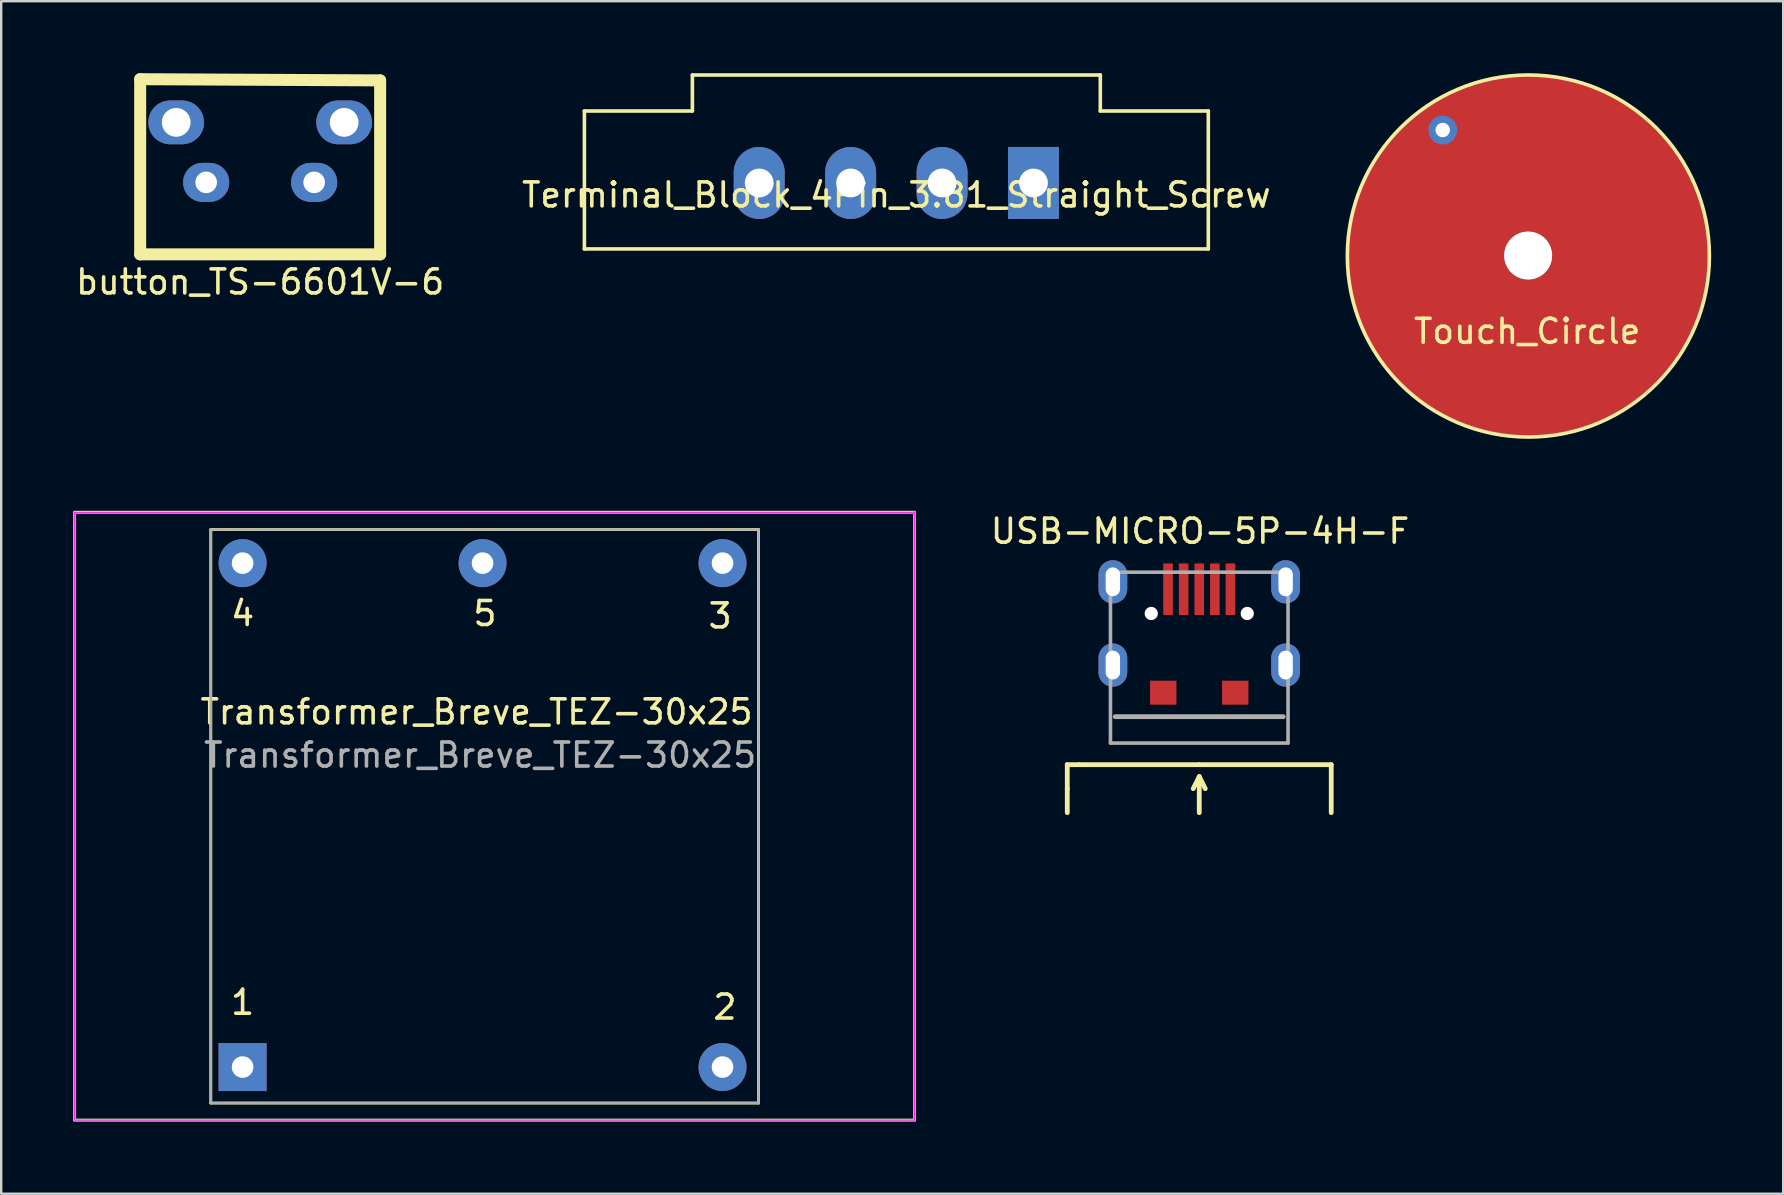
<source format=kicad_pcb>
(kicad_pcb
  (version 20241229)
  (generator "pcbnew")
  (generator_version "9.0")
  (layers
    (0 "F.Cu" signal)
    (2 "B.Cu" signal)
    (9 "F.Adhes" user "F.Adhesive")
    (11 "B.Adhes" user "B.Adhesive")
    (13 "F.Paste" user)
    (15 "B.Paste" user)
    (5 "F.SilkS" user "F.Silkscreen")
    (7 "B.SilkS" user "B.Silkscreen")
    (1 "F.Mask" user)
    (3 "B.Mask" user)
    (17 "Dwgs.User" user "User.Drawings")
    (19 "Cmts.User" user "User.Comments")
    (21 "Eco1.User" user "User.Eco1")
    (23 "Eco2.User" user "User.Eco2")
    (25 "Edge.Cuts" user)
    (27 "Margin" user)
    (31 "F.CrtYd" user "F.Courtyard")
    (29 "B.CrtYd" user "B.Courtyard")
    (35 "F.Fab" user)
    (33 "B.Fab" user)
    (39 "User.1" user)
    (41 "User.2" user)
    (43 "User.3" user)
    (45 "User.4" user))
  (footprint "Touch_Circle"
    (layer "F.Cu")
    (at 60.633 7.599)
    (property "Reference" "Touch_Circle" (at -0.04 3.16 0) (layer "F.SilkS") (effects (font (size 1 1) (thickness 0.15))))
    (attr through_hole)
    (fp_circle (center 0.01 0.02) (end -5.1 -5.53) (stroke (width 0.15) (type solid)) (fill no) (layer "F.SilkS"))
    (pad "0" thru_hole circle (at 0 0) (size 2 2) (drill 2) (layers "F.Cu"))
    (pad "0" smd circle (at 0 0) (size 15 15) (layers "F.Cu" "F.Mask" "F.Paste"))
    (pad "1" thru_hole circle (at -3.56 -5.23) (size 1.2 1.2) (drill 0.6) (layers "*.Cu" "*.Mask")))
  (footprint "Transformer_Breve_TEZ-30x25"
    (layer "F.Cu")
    (at 7.06 41.418)
    (property "Reference" "Transformer_Breve_TEZ-30x25" (at 9.75 -14.8 0) (layer "F.SilkS") (effects (font (size 1 1) (thickness 0.15))))
    (attr through_hole)
    (fp_line (start -7 -23.12) (end -7 2.2) (stroke (width 0.12) (type solid)) (layer "F.SilkS"))
    (fp_line (start -7 -23.12) (end 28 -23.12) (stroke (width 0.12) (type solid)) (layer "F.SilkS"))
    (fp_line (start -1.325 -22.4) (end 21.499 -22.4) (stroke (width 0.12) (type solid)) (layer "F.SilkS"))
    (fp_line (start -1.325 1.5) (end -1.325 -22.4) (stroke (width 0.12) (type solid)) (layer "F.SilkS"))
    (fp_line (start 21.499 -22.4) (end 21.499 1.5) (stroke (width 0.12) (type solid)) (layer "F.SilkS"))
    (fp_line (start 21.499 1.5) (end -1.325 1.5) (stroke (width 0.12) (type solid)) (layer "F.SilkS"))
    (fp_line (start 28 2.2) (end 28 -23.12) (stroke (width 0.12) (type solid)) (layer "F.SilkS"))
    (fp_line (start 28 2.22) (end -7 2.22) (stroke (width 0.12) (type solid)) (layer "F.SilkS"))
    (fp_line (start -7 -23.12) (end -7 2.2) (stroke (width 0.05) (type solid)) (layer "F.CrtYd"))
    (fp_line (start -7 -23.1) (end 28 -23.1) (stroke (width 0.05) (type solid)) (layer "F.CrtYd"))
    (fp_line (start 28 2.2) (end 28 -23.12) (stroke (width 0.05) (type solid)) (layer "F.CrtYd"))
    (fp_line (start 28 2.25) (end -7 2.25) (stroke (width 0.05) (type solid)) (layer "F.CrtYd"))
    (fp_line (start -7 -23.1) (end 28 -23.1) (stroke (width 0.1) (type solid)) (layer "F.Fab"))
    (fp_line (start -7 2.2) (end -7 -23.12) (stroke (width 0.1) (type solid)) (layer "F.Fab"))
    (fp_line (start -1.325 -22.4) (end 21.499 -22.4) (stroke (width 0.1) (type solid)) (layer "F.Fab"))
    (fp_line (start -1.325 1.5) (end -1.325 -22.4) (stroke (width 0.1) (type solid)) (layer "F.Fab"))
    (fp_line (start 21.499 -22.4) (end 21.499 1.5) (stroke (width 0.1) (type solid)) (layer "F.Fab"))
    (fp_line (start 21.499 1.5) (end -1.325 1.5) (stroke (width 0.1) (type solid)) (layer "F.Fab"))
    (fp_line (start 28 -23.12) (end 28 2.2) (stroke (width 0.1) (type solid)) (layer "F.Fab"))
    (fp_line (start 28 2.2) (end -7 2.2) (stroke (width 0.1) (type solid)) (layer "F.Fab"))
    (fp_text user "4" (at 0 -18.9 0) (layer "F.SilkS") (effects (font (size 1 1) (thickness 0.15))))
    (fp_text user "3" (at 19.9 -18.8 0) (layer "F.SilkS") (effects (font (size 1 1) (thickness 0.15))))
    (fp_text user "1" (at 0 -2.7 0) (layer "F.SilkS") (effects (font (size 1 1) (thickness 0.15))))
    (fp_text user "5" (at 10.1 -18.9 0) (layer "F.SilkS") (effects (font (size 1 1) (thickness 0.15))))
    (fp_text user "2" (at 20.1 -2.5 0) (layer "F.SilkS") (effects (font (size 1 1) (thickness 0.15))))
    (fp_text user "${REFERENCE}" (at 9.9 -13 0) (layer "F.Fab") (effects (font (size 1 1) (thickness 0.15))))
    (pad "1" thru_hole rect (at 0 0) (size 2 2) (drill 0.9) (layers "*.Cu" "*.Mask"))
    (pad "2" thru_hole circle (at 20 0) (size 2 2) (drill 0.9) (layers "*.Cu" "*.Mask"))
    (pad "3" thru_hole circle (at 20 -21) (size 2 2) (drill 0.9) (layers "*.Cu" "*.Mask"))
    (pad "4" thru_hole circle (at 0 -21) (size 2 2) (drill 0.9) (layers "*.Cu" "*.Mask"))
    (pad "5" thru_hole circle (at 10 -21) (size 2 2) (drill 0.9) (layers "*.Cu" "*.Mask")))
  (footprint "button_TS-6601V-6"
    (layer "F.Cu")
    (at 7.792 4.55)
    (property "Reference" "button_TS-6601V-6" (at 0 4.15 0) (layer "F.SilkS") (effects (font (size 1 1) (thickness 0.15))))
    (attr through_hole)
    (fp_line (start -5 -4.3) (end -5 3) (stroke (width 0.5) (type solid)) (layer "F.SilkS"))
    (fp_line (start -5 3) (end 5 3) (stroke (width 0.5) (type solid)) (layer "F.SilkS"))
    (fp_line (start 5 -4.25) (end -5 -4.3) (stroke (width 0.5) (type solid)) (layer "F.SilkS"))
    (fp_line (start 5 3) (end 5 -4.25) (stroke (width 0.5) (type solid)) (layer "F.SilkS"))
    (pad "0" thru_hole oval (at -3.5 -2.5) (size 2.324 1.824) (drill 1.2) (layers "*.Cu" "*.Mask"))
    (pad "0" thru_hole oval (at 3.5 -2.5) (size 2.324 1.824) (drill 1.2) (layers "*.Cu" "*.Mask"))
    (pad "1" thru_hole oval (at -2.25 0) (size 1.924 1.624) (drill 0.9) (layers "*.Cu" "*.Mask"))
    (pad "2" thru_hole oval (at 2.25 0) (size 1.924 1.624) (drill 0.9) (layers "*.Cu" "*.Mask")))
  (footprint "USB-MICRO-5P-4H-F"
    (layer "F.Cu")
    (at 46.927 26.816)
    (property "Reference" "USB-MICRO-5P-4H-F" (at 0.032 -7.729 0) (layer "F.SilkS") (effects (font (size 1 1) (thickness 0.15))))
    (attr smd)
    (fp_line (start -5.5 2) (end -5.5 3) (stroke (width 0.2) (type solid)) (layer "F.SilkS"))
    (fp_line (start -5.5 3) (end -5.5 4) (stroke (width 0.2) (type solid)) (layer "F.SilkS"))
    (fp_line (start -5 2) (end -5.5 2) (stroke (width 0.2) (type solid)) (layer "F.SilkS"))
    (fp_line (start 0 2) (end -5 2) (stroke (width 0.2) (type solid)) (layer "F.SilkS"))
    (fp_line (start 0 2) (end 5.5 2) (stroke (width 0.2) (type solid)) (layer "F.SilkS"))
    (fp_line (start 0 2.5) (end -0.25 3) (stroke (width 0.2) (type solid)) (layer "F.SilkS"))
    (fp_line (start 0 2.5) (end 0 4) (stroke (width 0.2) (type solid)) (layer "F.SilkS"))
    (fp_line (start 0 2.5) (end 0.25 3) (stroke (width 0.2) (type solid)) (layer "F.SilkS"))
    (fp_line (start 5.5 2) (end 5.5 4) (stroke (width 0.2) (type solid)) (layer "F.SilkS"))
    (fp_line (start -3.7 -6.02) (end 3.7 -6.02) (stroke (width 0.15) (type solid)) (layer "F.Fab"))
    (fp_line (start -3.7 1.1) (end -3.7 -6.02) (stroke (width 0.15) (type solid)) (layer "F.Fab"))
    (fp_line (start 3.5 0) (end -3.5 0) (stroke (width 0.2) (type solid)) (layer "F.Fab"))
    (fp_line (start 3.7 -6.02) (end 3.7 1.1) (stroke (width 0.15) (type solid)) (layer "F.Fab"))
    (fp_line (start 3.7 1.1) (end -3.7 1.1) (stroke (width 0.15) (type solid)) (layer "F.Fab"))
    (pad "" np_thru_hole circle (at -2 -4.3) (size 0.55 0.55) (drill 0.55) (layers "*.Cu" "*.Mask"))
    (pad "" np_thru_hole circle (at 2 -4.3) (size 0.55 0.55) (drill 0.55) (layers "*.Cu" "*.Mask"))
    (pad "0" smd rect (at -1.5 -1) (size 1.1 1) (layers "F.Cu" "F.Mask" "F.Paste"))
    (pad "0" smd rect (at 1.5 -1) (size 1.1 1) (layers "F.Cu" "F.Mask" "F.Paste"))
    (pad "1" smd rect (at -1.3 -5.31) (size 0.4 2.15) (layers "F.Cu" "F.Mask" "F.Paste"))
    (pad "2" smd rect (at -0.65 -5.31) (size 0.4 2.15) (layers "F.Cu" "F.Mask" "F.Paste"))
    (pad "3" smd rect (at 0 -5.31) (size 0.4 2.15) (layers "F.Cu" "F.Mask" "F.Paste"))
    (pad "4" smd rect (at 0.65 -5.31) (size 0.4 2.15) (layers "F.Cu" "F.Mask" "F.Paste"))
    (pad "5" smd rect (at 1.3 -5.31) (size 0.4 2.15) (layers "F.Cu" "F.Mask" "F.Paste"))
    (pad "6" thru_hole oval (at -3.6 -5.62) (size 1.2 1.8) (drill oval 0.6 1.2) (layers "*.Cu" "*.Mask"))
    (pad "6" thru_hole oval (at -3.6 -2.15) (size 1.2 1.8) (drill oval 0.6 1.2) (layers "*.Cu" "*.Mask"))
    (pad "6" thru_hole oval (at 3.6 -5.62) (size 1.2 1.8) (drill oval 0.6 1.2) (layers "*.Cu" "*.Mask"))
    (pad "6" thru_hole oval (at 3.6 -2.15) (size 1.2 1.8) (drill oval 0.6 1.2) (layers "*.Cu" "*.Mask")))
  (footprint "Terminal_Block_4Pin_3.81_Straight_Screw"
    (layer "F.Cu")
    (at 34.304 4.575)
    (property "Reference" "Terminal_Block_4Pin_3.81_Straight_Screw" (at 0 0.5 0) (layer "F.SilkS") (effects (font (size 1 1) (thickness 0.15))))
    (attr through_hole)
    (fp_line (start -13 -3) (end -13 2.75) (stroke (width 0.15) (type solid)) (layer "F.SilkS"))
    (fp_line (start -13 2.75) (end 13 2.75) (stroke (width 0.15) (type solid)) (layer "F.SilkS"))
    (fp_line (start -8.5 -4.5) (end -8.5 -3) (stroke (width 0.15) (type solid)) (layer "F.SilkS"))
    (fp_line (start -8.5 -3) (end -13 -3) (stroke (width 0.15) (type solid)) (layer "F.SilkS"))
    (fp_line (start 8.5 -4.5) (end -8.5 -4.5) (stroke (width 0.15) (type solid)) (layer "F.SilkS"))
    (fp_line (start 8.5 -3) (end 8.5 -4.5) (stroke (width 0.15) (type solid)) (layer "F.SilkS"))
    (fp_line (start 13 -3) (end 8.5 -3) (stroke (width 0.15) (type solid)) (layer "F.SilkS"))
    (fp_line (start 13 2.75) (end 13 -3) (stroke (width 0.15) (type solid)) (layer "F.SilkS"))
    (pad "1" thru_hole rect (at 5.715 0) (size 2.124 3) (drill 1.2) (layers "*.Cu" "*.Mask"))
    (pad "2" thru_hole oval (at 1.905 0) (size 2.124 3) (drill 1.2) (layers "*.Cu" "*.Mask"))
    (pad "3" thru_hole oval (at -1.905 0) (size 2.124 3) (drill 1.2) (layers "*.Cu" "*.Mask"))
    (pad "4" thru_hole oval (at -5.715 0) (size 2.124 3) (drill 1.2) (layers "*.Cu" "*.Mask")))
  (gr_rect
    (start -3 -3)
    (end 71.262 46.698)
    (stroke (width 0.1) (type default))
    (fill no)
    (layer "Edge.Cuts")))
</source>
